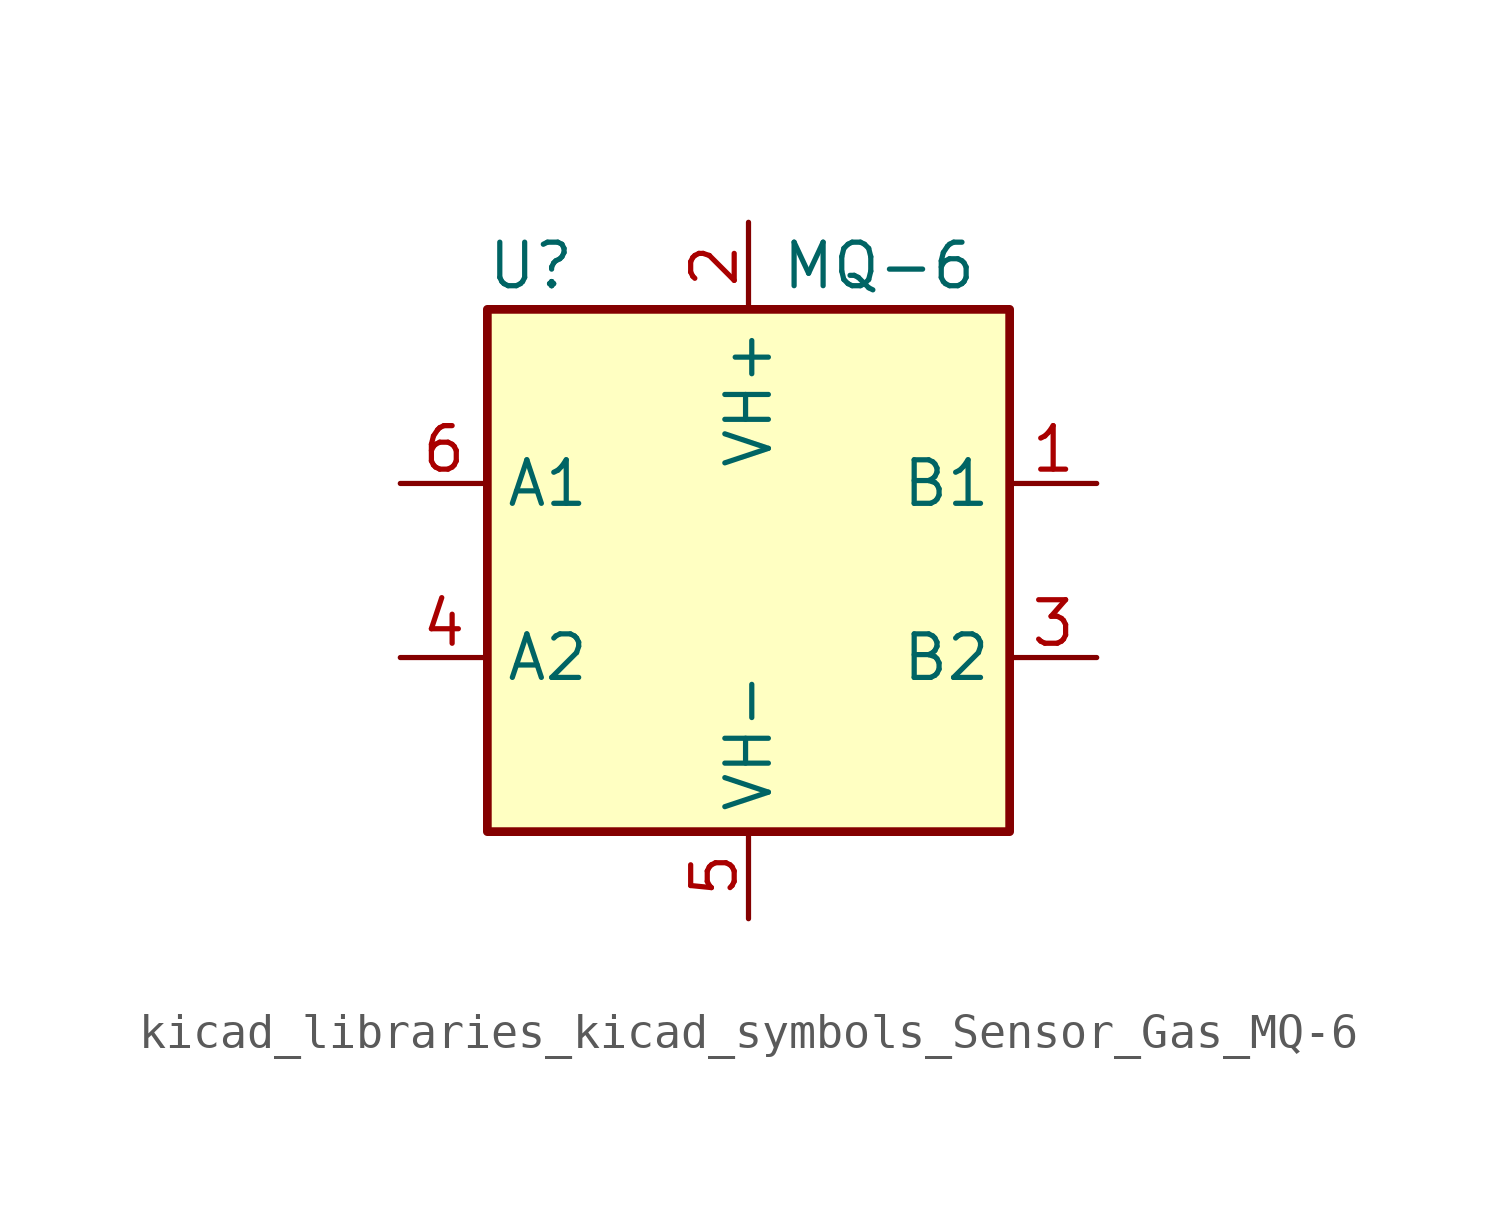
<source format=kicad_sym>
(kicad_symbol_lib
  (version 20220914)
  (generator kicad_symbol_editor)
  (symbol "kicad_libraries_kicad_symbols_Sensor_Gas_MQ-6"
    (property "Reference" "U"
      (at -6.35 8.89 0)
      (effects (font (size 1.27 1.27))))
    (property "Value" "MQ-6"
      (at 3.81 8.89 0)
      (effects (font (size 1.27 1.27))))
    (symbol "kicad_libraries_kicad_symbols_Sensor_Gas_MQ-6_0_1"
      (rectangle (start -7.62 7.62) (end 7.62 -7.62) (stroke (width 0.254) (type default)) (fill (type background))))
    (symbol "kicad_libraries_kicad_symbols_Sensor_Gas_MQ-6_1_1"
      (pin passive line (at 10.16 2.54 180) (length 2.54) (name "B1" (effects (font (size 1.27 1.27)))) (number "1" (effects (font (size 1.27 1.27)))))
      (pin power_in line (at 0 10.16 270) (length 2.54) (name "VH+" (effects (font (size 1.27 1.27)))) (number "2" (effects (font (size 1.27 1.27)))))
      (pin passive line (at 10.16 -2.54 180) (length 2.54) (name "B2" (effects (font (size 1.27 1.27)))) (number "3" (effects (font (size 1.27 1.27)))))
      (pin passive line (at -10.16 -2.54 0) (length 2.54) (name "A2" (effects (font (size 1.27 1.27)))) (number "4" (effects (font (size 1.27 1.27)))))
      (pin power_in line (at 0 -10.16 90) (length 2.54) (name "VH-" (effects (font (size 1.27 1.27)))) (number "5" (effects (font (size 1.27 1.27)))))
      (pin passive line (at -10.16 2.54 0) (length 2.54) (name "A1" (effects (font (size 1.27 1.27)))) (number "6" (effects (font (size 1.27 1.27))))))))
</source>
